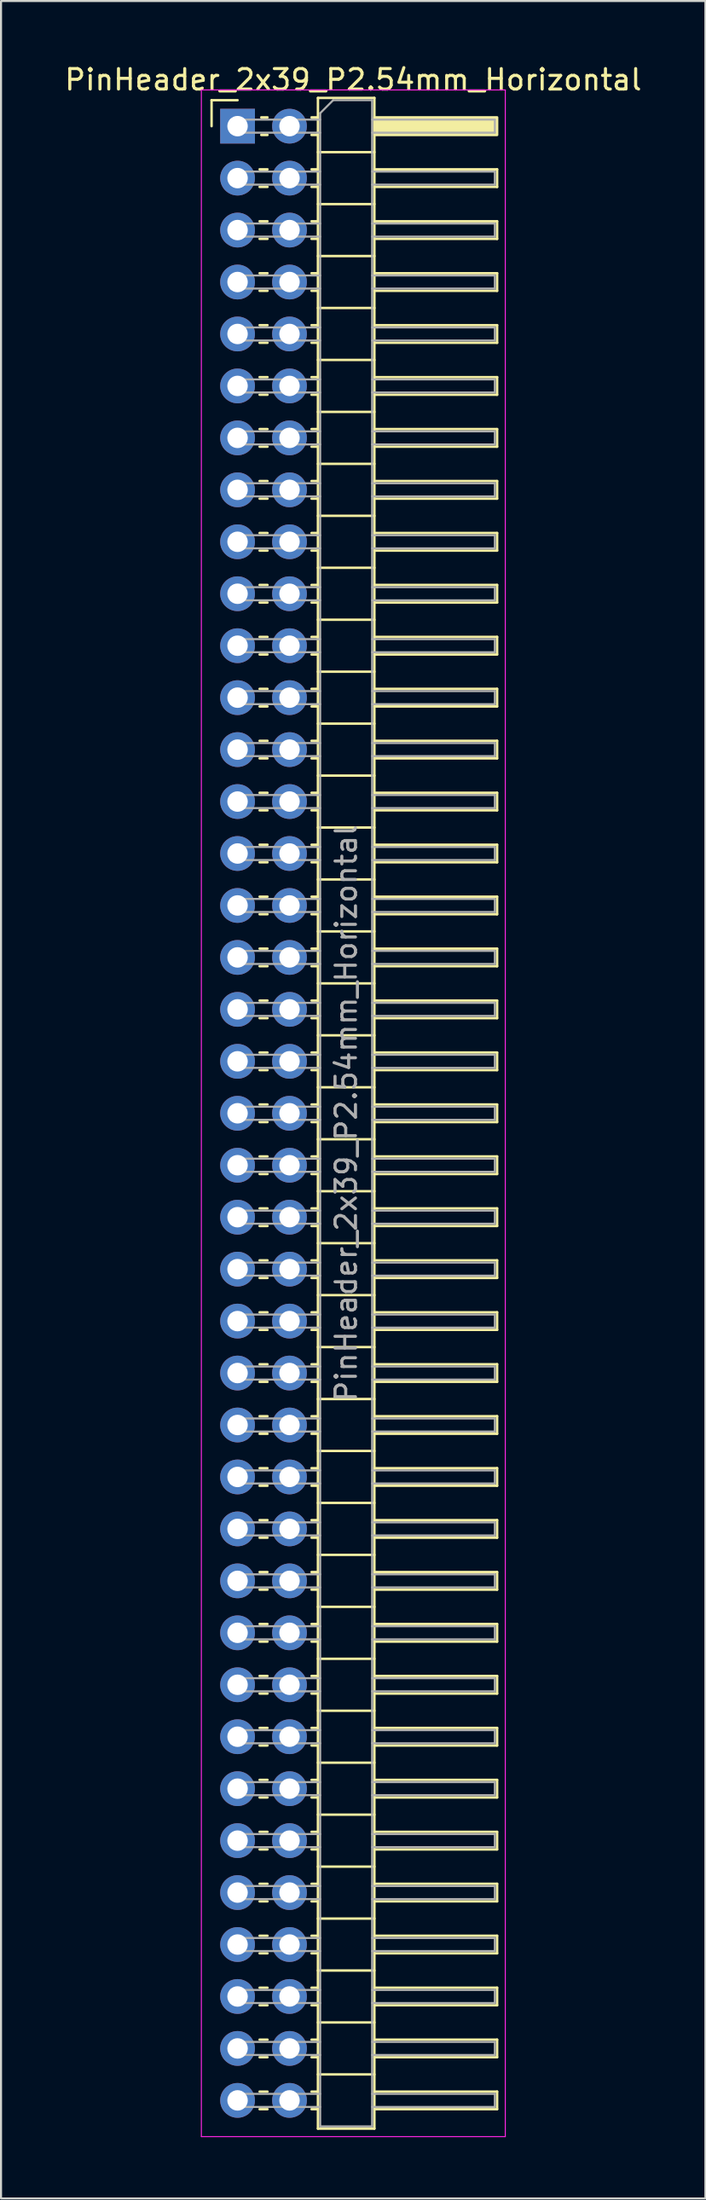
<source format=kicad_pcb>
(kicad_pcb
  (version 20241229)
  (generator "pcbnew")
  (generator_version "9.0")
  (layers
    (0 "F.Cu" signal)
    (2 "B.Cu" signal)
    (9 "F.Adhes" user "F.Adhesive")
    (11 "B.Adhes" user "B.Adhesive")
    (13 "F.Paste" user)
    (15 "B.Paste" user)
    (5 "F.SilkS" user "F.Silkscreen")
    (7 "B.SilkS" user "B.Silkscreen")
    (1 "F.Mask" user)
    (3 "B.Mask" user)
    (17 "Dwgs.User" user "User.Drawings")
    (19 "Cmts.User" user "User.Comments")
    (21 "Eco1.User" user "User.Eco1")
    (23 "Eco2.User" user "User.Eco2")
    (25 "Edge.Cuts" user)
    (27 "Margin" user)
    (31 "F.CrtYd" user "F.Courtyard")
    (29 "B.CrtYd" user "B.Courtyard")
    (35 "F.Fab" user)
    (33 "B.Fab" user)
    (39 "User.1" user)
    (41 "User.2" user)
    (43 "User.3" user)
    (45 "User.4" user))
  (footprint "PinHeader_2x39_P2.54mm_Horizontal"
    (layer "F.Cu")
    (at 8.565 3.118)
    (property "Reference" "PinHeader_2x39_P2.54mm_Horizontal" (at 5.655 -2.27 0) (layer "F.SilkS") (effects (font (size 1 1) (thickness 0.15))))
    (attr through_hole)
    (fp_line (start -1.27 -1.27) (end 0 -1.27) (stroke (width 0.12) (type solid)) (layer "F.SilkS"))
    (fp_line (start -1.27 0) (end -1.27 -1.27) (stroke (width 0.12) (type solid)) (layer "F.SilkS"))
    (fp_line (start 1.077 2.11) (end 1.463 2.11) (stroke (width 0.12) (type solid)) (layer "F.SilkS"))
    (fp_line (start 1.077 2.97) (end 1.463 2.97) (stroke (width 0.12) (type solid)) (layer "F.SilkS"))
    (fp_line (start 1.077 4.65) (end 1.463 4.65) (stroke (width 0.12) (type solid)) (layer "F.SilkS"))
    (fp_line (start 1.077 5.51) (end 1.463 5.51) (stroke (width 0.12) (type solid)) (layer "F.SilkS"))
    (fp_line (start 1.077 7.19) (end 1.463 7.19) (stroke (width 0.12) (type solid)) (layer "F.SilkS"))
    (fp_line (start 1.077 8.05) (end 1.463 8.05) (stroke (width 0.12) (type solid)) (layer "F.SilkS"))
    (fp_line (start 1.077 9.73) (end 1.463 9.73) (stroke (width 0.12) (type solid)) (layer "F.SilkS"))
    (fp_line (start 1.077 10.59) (end 1.463 10.59) (stroke (width 0.12) (type solid)) (layer "F.SilkS"))
    (fp_line (start 1.077 12.27) (end 1.463 12.27) (stroke (width 0.12) (type solid)) (layer "F.SilkS"))
    (fp_line (start 1.077 13.13) (end 1.463 13.13) (stroke (width 0.12) (type solid)) (layer "F.SilkS"))
    (fp_line (start 1.077 14.81) (end 1.463 14.81) (stroke (width 0.12) (type solid)) (layer "F.SilkS"))
    (fp_line (start 1.077 15.67) (end 1.463 15.67) (stroke (width 0.12) (type solid)) (layer "F.SilkS"))
    (fp_line (start 1.077 17.35) (end 1.463 17.35) (stroke (width 0.12) (type solid)) (layer "F.SilkS"))
    (fp_line (start 1.077 18.21) (end 1.463 18.21) (stroke (width 0.12) (type solid)) (layer "F.SilkS"))
    (fp_line (start 1.077 19.89) (end 1.463 19.89) (stroke (width 0.12) (type solid)) (layer "F.SilkS"))
    (fp_line (start 1.077 20.75) (end 1.463 20.75) (stroke (width 0.12) (type solid)) (layer "F.SilkS"))
    (fp_line (start 1.077 22.43) (end 1.463 22.43) (stroke (width 0.12) (type solid)) (layer "F.SilkS"))
    (fp_line (start 1.077 23.29) (end 1.463 23.29) (stroke (width 0.12) (type solid)) (layer "F.SilkS"))
    (fp_line (start 1.077 24.97) (end 1.463 24.97) (stroke (width 0.12) (type solid)) (layer "F.SilkS"))
    (fp_line (start 1.077 25.83) (end 1.463 25.83) (stroke (width 0.12) (type solid)) (layer "F.SilkS"))
    (fp_line (start 1.077 27.51) (end 1.463 27.51) (stroke (width 0.12) (type solid)) (layer "F.SilkS"))
    (fp_line (start 1.077 28.37) (end 1.463 28.37) (stroke (width 0.12) (type solid)) (layer "F.SilkS"))
    (fp_line (start 1.077 30.05) (end 1.463 30.05) (stroke (width 0.12) (type solid)) (layer "F.SilkS"))
    (fp_line (start 1.077 30.91) (end 1.463 30.91) (stroke (width 0.12) (type solid)) (layer "F.SilkS"))
    (fp_line (start 1.077 32.59) (end 1.463 32.59) (stroke (width 0.12) (type solid)) (layer "F.SilkS"))
    (fp_line (start 1.077 33.45) (end 1.463 33.45) (stroke (width 0.12) (type solid)) (layer "F.SilkS"))
    (fp_line (start 1.077 35.13) (end 1.463 35.13) (stroke (width 0.12) (type solid)) (layer "F.SilkS"))
    (fp_line (start 1.077 35.99) (end 1.463 35.99) (stroke (width 0.12) (type solid)) (layer "F.SilkS"))
    (fp_line (start 1.077 37.67) (end 1.463 37.67) (stroke (width 0.12) (type solid)) (layer "F.SilkS"))
    (fp_line (start 1.077 38.53) (end 1.463 38.53) (stroke (width 0.12) (type solid)) (layer "F.SilkS"))
    (fp_line (start 1.077 40.21) (end 1.463 40.21) (stroke (width 0.12) (type solid)) (layer "F.SilkS"))
    (fp_line (start 1.077 41.07) (end 1.463 41.07) (stroke (width 0.12) (type solid)) (layer "F.SilkS"))
    (fp_line (start 1.077 42.75) (end 1.463 42.75) (stroke (width 0.12) (type solid)) (layer "F.SilkS"))
    (fp_line (start 1.077 43.61) (end 1.463 43.61) (stroke (width 0.12) (type solid)) (layer "F.SilkS"))
    (fp_line (start 1.077 45.29) (end 1.463 45.29) (stroke (width 0.12) (type solid)) (layer "F.SilkS"))
    (fp_line (start 1.077 46.15) (end 1.463 46.15) (stroke (width 0.12) (type solid)) (layer "F.SilkS"))
    (fp_line (start 1.077 47.83) (end 1.463 47.83) (stroke (width 0.12) (type solid)) (layer "F.SilkS"))
    (fp_line (start 1.077 48.69) (end 1.463 48.69) (stroke (width 0.12) (type solid)) (layer "F.SilkS"))
    (fp_line (start 1.077 50.37) (end 1.463 50.37) (stroke (width 0.12) (type solid)) (layer "F.SilkS"))
    (fp_line (start 1.077 51.23) (end 1.463 51.23) (stroke (width 0.12) (type solid)) (layer "F.SilkS"))
    (fp_line (start 1.077 52.91) (end 1.463 52.91) (stroke (width 0.12) (type solid)) (layer "F.SilkS"))
    (fp_line (start 1.077 53.77) (end 1.463 53.77) (stroke (width 0.12) (type solid)) (layer "F.SilkS"))
    (fp_line (start 1.077 55.45) (end 1.463 55.45) (stroke (width 0.12) (type solid)) (layer "F.SilkS"))
    (fp_line (start 1.077 56.31) (end 1.463 56.31) (stroke (width 0.12) (type solid)) (layer "F.SilkS"))
    (fp_line (start 1.077 57.99) (end 1.463 57.99) (stroke (width 0.12) (type solid)) (layer "F.SilkS"))
    (fp_line (start 1.077 58.85) (end 1.463 58.85) (stroke (width 0.12) (type solid)) (layer "F.SilkS"))
    (fp_line (start 1.077 60.53) (end 1.463 60.53) (stroke (width 0.12) (type solid)) (layer "F.SilkS"))
    (fp_line (start 1.077 61.39) (end 1.463 61.39) (stroke (width 0.12) (type solid)) (layer "F.SilkS"))
    (fp_line (start 1.077 63.07) (end 1.463 63.07) (stroke (width 0.12) (type solid)) (layer "F.SilkS"))
    (fp_line (start 1.077 63.93) (end 1.463 63.93) (stroke (width 0.12) (type solid)) (layer "F.SilkS"))
    (fp_line (start 1.077 65.61) (end 1.463 65.61) (stroke (width 0.12) (type solid)) (layer "F.SilkS"))
    (fp_line (start 1.077 66.47) (end 1.463 66.47) (stroke (width 0.12) (type solid)) (layer "F.SilkS"))
    (fp_line (start 1.077 68.15) (end 1.463 68.15) (stroke (width 0.12) (type solid)) (layer "F.SilkS"))
    (fp_line (start 1.077 69.01) (end 1.463 69.01) (stroke (width 0.12) (type solid)) (layer "F.SilkS"))
    (fp_line (start 1.077 70.69) (end 1.463 70.69) (stroke (width 0.12) (type solid)) (layer "F.SilkS"))
    (fp_line (start 1.077 71.55) (end 1.463 71.55) (stroke (width 0.12) (type solid)) (layer "F.SilkS"))
    (fp_line (start 1.077 73.23) (end 1.463 73.23) (stroke (width 0.12) (type solid)) (layer "F.SilkS"))
    (fp_line (start 1.077 74.09) (end 1.463 74.09) (stroke (width 0.12) (type solid)) (layer "F.SilkS"))
    (fp_line (start 1.077 75.77) (end 1.463 75.77) (stroke (width 0.12) (type solid)) (layer "F.SilkS"))
    (fp_line (start 1.077 76.63) (end 1.463 76.63) (stroke (width 0.12) (type solid)) (layer "F.SilkS"))
    (fp_line (start 1.077 78.31) (end 1.463 78.31) (stroke (width 0.12) (type solid)) (layer "F.SilkS"))
    (fp_line (start 1.077 79.17) (end 1.463 79.17) (stroke (width 0.12) (type solid)) (layer "F.SilkS"))
    (fp_line (start 1.077 80.85) (end 1.463 80.85) (stroke (width 0.12) (type solid)) (layer "F.SilkS"))
    (fp_line (start 1.077 81.71) (end 1.463 81.71) (stroke (width 0.12) (type solid)) (layer "F.SilkS"))
    (fp_line (start 1.077 83.39) (end 1.463 83.39) (stroke (width 0.12) (type solid)) (layer "F.SilkS"))
    (fp_line (start 1.077 84.25) (end 1.463 84.25) (stroke (width 0.12) (type solid)) (layer "F.SilkS"))
    (fp_line (start 1.077 85.93) (end 1.463 85.93) (stroke (width 0.12) (type solid)) (layer "F.SilkS"))
    (fp_line (start 1.077 86.79) (end 1.463 86.79) (stroke (width 0.12) (type solid)) (layer "F.SilkS"))
    (fp_line (start 1.077 88.47) (end 1.463 88.47) (stroke (width 0.12) (type solid)) (layer "F.SilkS"))
    (fp_line (start 1.077 89.33) (end 1.463 89.33) (stroke (width 0.12) (type solid)) (layer "F.SilkS"))
    (fp_line (start 1.077 91.01) (end 1.463 91.01) (stroke (width 0.12) (type solid)) (layer "F.SilkS"))
    (fp_line (start 1.077 91.87) (end 1.463 91.87) (stroke (width 0.12) (type solid)) (layer "F.SilkS"))
    (fp_line (start 1.077 93.55) (end 1.463 93.55) (stroke (width 0.12) (type solid)) (layer "F.SilkS"))
    (fp_line (start 1.077 94.41) (end 1.463 94.41) (stroke (width 0.12) (type solid)) (layer "F.SilkS"))
    (fp_line (start 1.077 96.09) (end 1.463 96.09) (stroke (width 0.12) (type solid)) (layer "F.SilkS"))
    (fp_line (start 1.077 96.95) (end 1.463 96.95) (stroke (width 0.12) (type solid)) (layer "F.SilkS"))
    (fp_line (start 1.16 -0.43) (end 1.463 -0.43) (stroke (width 0.12) (type solid)) (layer "F.SilkS"))
    (fp_line (start 1.16 0.43) (end 1.463 0.43) (stroke (width 0.12) (type solid)) (layer "F.SilkS"))
    (fp_line (start 3.617 -0.43) (end 3.93 -0.43) (stroke (width 0.12) (type solid)) (layer "F.SilkS"))
    (fp_line (start 3.617 0.43) (end 3.93 0.43) (stroke (width 0.12) (type solid)) (layer "F.SilkS"))
    (fp_line (start 3.617 2.11) (end 3.93 2.11) (stroke (width 0.12) (type solid)) (layer "F.SilkS"))
    (fp_line (start 3.617 2.97) (end 3.93 2.97) (stroke (width 0.12) (type solid)) (layer "F.SilkS"))
    (fp_line (start 3.617 4.65) (end 3.93 4.65) (stroke (width 0.12) (type solid)) (layer "F.SilkS"))
    (fp_line (start 3.617 5.51) (end 3.93 5.51) (stroke (width 0.12) (type solid)) (layer "F.SilkS"))
    (fp_line (start 3.617 7.19) (end 3.93 7.19) (stroke (width 0.12) (type solid)) (layer "F.SilkS"))
    (fp_line (start 3.617 8.05) (end 3.93 8.05) (stroke (width 0.12) (type solid)) (layer "F.SilkS"))
    (fp_line (start 3.617 9.73) (end 3.93 9.73) (stroke (width 0.12) (type solid)) (layer "F.SilkS"))
    (fp_line (start 3.617 10.59) (end 3.93 10.59) (stroke (width 0.12) (type solid)) (layer "F.SilkS"))
    (fp_line (start 3.617 12.27) (end 3.93 12.27) (stroke (width 0.12) (type solid)) (layer "F.SilkS"))
    (fp_line (start 3.617 13.13) (end 3.93 13.13) (stroke (width 0.12) (type solid)) (layer "F.SilkS"))
    (fp_line (start 3.617 14.81) (end 3.93 14.81) (stroke (width 0.12) (type solid)) (layer "F.SilkS"))
    (fp_line (start 3.617 15.67) (end 3.93 15.67) (stroke (width 0.12) (type solid)) (layer "F.SilkS"))
    (fp_line (start 3.617 17.35) (end 3.93 17.35) (stroke (width 0.12) (type solid)) (layer "F.SilkS"))
    (fp_line (start 3.617 18.21) (end 3.93 18.21) (stroke (width 0.12) (type solid)) (layer "F.SilkS"))
    (fp_line (start 3.617 19.89) (end 3.93 19.89) (stroke (width 0.12) (type solid)) (layer "F.SilkS"))
    (fp_line (start 3.617 20.75) (end 3.93 20.75) (stroke (width 0.12) (type solid)) (layer "F.SilkS"))
    (fp_line (start 3.617 22.43) (end 3.93 22.43) (stroke (width 0.12) (type solid)) (layer "F.SilkS"))
    (fp_line (start 3.617 23.29) (end 3.93 23.29) (stroke (width 0.12) (type solid)) (layer "F.SilkS"))
    (fp_line (start 3.617 24.97) (end 3.93 24.97) (stroke (width 0.12) (type solid)) (layer "F.SilkS"))
    (fp_line (start 3.617 25.83) (end 3.93 25.83) (stroke (width 0.12) (type solid)) (layer "F.SilkS"))
    (fp_line (start 3.617 27.51) (end 3.93 27.51) (stroke (width 0.12) (type solid)) (layer "F.SilkS"))
    (fp_line (start 3.617 28.37) (end 3.93 28.37) (stroke (width 0.12) (type solid)) (layer "F.SilkS"))
    (fp_line (start 3.617 30.05) (end 3.93 30.05) (stroke (width 0.12) (type solid)) (layer "F.SilkS"))
    (fp_line (start 3.617 30.91) (end 3.93 30.91) (stroke (width 0.12) (type solid)) (layer "F.SilkS"))
    (fp_line (start 3.617 32.59) (end 3.93 32.59) (stroke (width 0.12) (type solid)) (layer "F.SilkS"))
    (fp_line (start 3.617 33.45) (end 3.93 33.45) (stroke (width 0.12) (type solid)) (layer "F.SilkS"))
    (fp_line (start 3.617 35.13) (end 3.93 35.13) (stroke (width 0.12) (type solid)) (layer "F.SilkS"))
    (fp_line (start 3.617 35.99) (end 3.93 35.99) (stroke (width 0.12) (type solid)) (layer "F.SilkS"))
    (fp_line (start 3.617 37.67) (end 3.93 37.67) (stroke (width 0.12) (type solid)) (layer "F.SilkS"))
    (fp_line (start 3.617 38.53) (end 3.93 38.53) (stroke (width 0.12) (type solid)) (layer "F.SilkS"))
    (fp_line (start 3.617 40.21) (end 3.93 40.21) (stroke (width 0.12) (type solid)) (layer "F.SilkS"))
    (fp_line (start 3.617 41.07) (end 3.93 41.07) (stroke (width 0.12) (type solid)) (layer "F.SilkS"))
    (fp_line (start 3.617 42.75) (end 3.93 42.75) (stroke (width 0.12) (type solid)) (layer "F.SilkS"))
    (fp_line (start 3.617 43.61) (end 3.93 43.61) (stroke (width 0.12) (type solid)) (layer "F.SilkS"))
    (fp_line (start 3.617 45.29) (end 3.93 45.29) (stroke (width 0.12) (type solid)) (layer "F.SilkS"))
    (fp_line (start 3.617 46.15) (end 3.93 46.15) (stroke (width 0.12) (type solid)) (layer "F.SilkS"))
    (fp_line (start 3.617 47.83) (end 3.93 47.83) (stroke (width 0.12) (type solid)) (layer "F.SilkS"))
    (fp_line (start 3.617 48.69) (end 3.93 48.69) (stroke (width 0.12) (type solid)) (layer "F.SilkS"))
    (fp_line (start 3.617 50.37) (end 3.93 50.37) (stroke (width 0.12) (type solid)) (layer "F.SilkS"))
    (fp_line (start 3.617 51.23) (end 3.93 51.23) (stroke (width 0.12) (type solid)) (layer "F.SilkS"))
    (fp_line (start 3.617 52.91) (end 3.93 52.91) (stroke (width 0.12) (type solid)) (layer "F.SilkS"))
    (fp_line (start 3.617 53.77) (end 3.93 53.77) (stroke (width 0.12) (type solid)) (layer "F.SilkS"))
    (fp_line (start 3.617 55.45) (end 3.93 55.45) (stroke (width 0.12) (type solid)) (layer "F.SilkS"))
    (fp_line (start 3.617 56.31) (end 3.93 56.31) (stroke (width 0.12) (type solid)) (layer "F.SilkS"))
    (fp_line (start 3.617 57.99) (end 3.93 57.99) (stroke (width 0.12) (type solid)) (layer "F.SilkS"))
    (fp_line (start 3.617 58.85) (end 3.93 58.85) (stroke (width 0.12) (type solid)) (layer "F.SilkS"))
    (fp_line (start 3.617 60.53) (end 3.93 60.53) (stroke (width 0.12) (type solid)) (layer "F.SilkS"))
    (fp_line (start 3.617 61.39) (end 3.93 61.39) (stroke (width 0.12) (type solid)) (layer "F.SilkS"))
    (fp_line (start 3.617 63.07) (end 3.93 63.07) (stroke (width 0.12) (type solid)) (layer "F.SilkS"))
    (fp_line (start 3.617 63.93) (end 3.93 63.93) (stroke (width 0.12) (type solid)) (layer "F.SilkS"))
    (fp_line (start 3.617 65.61) (end 3.93 65.61) (stroke (width 0.12) (type solid)) (layer "F.SilkS"))
    (fp_line (start 3.617 66.47) (end 3.93 66.47) (stroke (width 0.12) (type solid)) (layer "F.SilkS"))
    (fp_line (start 3.617 68.15) (end 3.93 68.15) (stroke (width 0.12) (type solid)) (layer "F.SilkS"))
    (fp_line (start 3.617 69.01) (end 3.93 69.01) (stroke (width 0.12) (type solid)) (layer "F.SilkS"))
    (fp_line (start 3.617 70.69) (end 3.93 70.69) (stroke (width 0.12) (type solid)) (layer "F.SilkS"))
    (fp_line (start 3.617 71.55) (end 3.93 71.55) (stroke (width 0.12) (type solid)) (layer "F.SilkS"))
    (fp_line (start 3.617 73.23) (end 3.93 73.23) (stroke (width 0.12) (type solid)) (layer "F.SilkS"))
    (fp_line (start 3.617 74.09) (end 3.93 74.09) (stroke (width 0.12) (type solid)) (layer "F.SilkS"))
    (fp_line (start 3.617 75.77) (end 3.93 75.77) (stroke (width 0.12) (type solid)) (layer "F.SilkS"))
    (fp_line (start 3.617 76.63) (end 3.93 76.63) (stroke (width 0.12) (type solid)) (layer "F.SilkS"))
    (fp_line (start 3.617 78.31) (end 3.93 78.31) (stroke (width 0.12) (type solid)) (layer "F.SilkS"))
    (fp_line (start 3.617 79.17) (end 3.93 79.17) (stroke (width 0.12) (type solid)) (layer "F.SilkS"))
    (fp_line (start 3.617 80.85) (end 3.93 80.85) (stroke (width 0.12) (type solid)) (layer "F.SilkS"))
    (fp_line (start 3.617 81.71) (end 3.93 81.71) (stroke (width 0.12) (type solid)) (layer "F.SilkS"))
    (fp_line (start 3.617 83.39) (end 3.93 83.39) (stroke (width 0.12) (type solid)) (layer "F.SilkS"))
    (fp_line (start 3.617 84.25) (end 3.93 84.25) (stroke (width 0.12) (type solid)) (layer "F.SilkS"))
    (fp_line (start 3.617 85.93) (end 3.93 85.93) (stroke (width 0.12) (type solid)) (layer "F.SilkS"))
    (fp_line (start 3.617 86.79) (end 3.93 86.79) (stroke (width 0.12) (type solid)) (layer "F.SilkS"))
    (fp_line (start 3.617 88.47) (end 3.93 88.47) (stroke (width 0.12) (type solid)) (layer "F.SilkS"))
    (fp_line (start 3.617 89.33) (end 3.93 89.33) (stroke (width 0.12) (type solid)) (layer "F.SilkS"))
    (fp_line (start 3.617 91.01) (end 3.93 91.01) (stroke (width 0.12) (type solid)) (layer "F.SilkS"))
    (fp_line (start 3.617 91.87) (end 3.93 91.87) (stroke (width 0.12) (type solid)) (layer "F.SilkS"))
    (fp_line (start 3.617 93.55) (end 3.93 93.55) (stroke (width 0.12) (type solid)) (layer "F.SilkS"))
    (fp_line (start 3.617 94.41) (end 3.93 94.41) (stroke (width 0.12) (type solid)) (layer "F.SilkS"))
    (fp_line (start 3.617 96.09) (end 3.93 96.09) (stroke (width 0.12) (type solid)) (layer "F.SilkS"))
    (fp_line (start 3.617 96.95) (end 3.93 96.95) (stroke (width 0.12) (type solid)) (layer "F.SilkS"))
    (fp_line (start 3.93 -1.38) (end 3.93 97.9) (stroke (width 0.12) (type solid)) (layer "F.SilkS"))
    (fp_line (start 3.93 1.27) (end 6.69 1.27) (stroke (width 0.12) (type solid)) (layer "F.SilkS"))
    (fp_line (start 3.93 3.81) (end 6.69 3.81) (stroke (width 0.12) (type solid)) (layer "F.SilkS"))
    (fp_line (start 3.93 6.35) (end 6.69 6.35) (stroke (width 0.12) (type solid)) (layer "F.SilkS"))
    (fp_line (start 3.93 8.89) (end 6.69 8.89) (stroke (width 0.12) (type solid)) (layer "F.SilkS"))
    (fp_line (start 3.93 11.43) (end 6.69 11.43) (stroke (width 0.12) (type solid)) (layer "F.SilkS"))
    (fp_line (start 3.93 13.97) (end 6.69 13.97) (stroke (width 0.12) (type solid)) (layer "F.SilkS"))
    (fp_line (start 3.93 16.51) (end 6.69 16.51) (stroke (width 0.12) (type solid)) (layer "F.SilkS"))
    (fp_line (start 3.93 19.05) (end 6.69 19.05) (stroke (width 0.12) (type solid)) (layer "F.SilkS"))
    (fp_line (start 3.93 21.59) (end 6.69 21.59) (stroke (width 0.12) (type solid)) (layer "F.SilkS"))
    (fp_line (start 3.93 24.13) (end 6.69 24.13) (stroke (width 0.12) (type solid)) (layer "F.SilkS"))
    (fp_line (start 3.93 26.67) (end 6.69 26.67) (stroke (width 0.12) (type solid)) (layer "F.SilkS"))
    (fp_line (start 3.93 29.21) (end 6.69 29.21) (stroke (width 0.12) (type solid)) (layer "F.SilkS"))
    (fp_line (start 3.93 31.75) (end 6.69 31.75) (stroke (width 0.12) (type solid)) (layer "F.SilkS"))
    (fp_line (start 3.93 34.29) (end 6.69 34.29) (stroke (width 0.12) (type solid)) (layer "F.SilkS"))
    (fp_line (start 3.93 36.83) (end 6.69 36.83) (stroke (width 0.12) (type solid)) (layer "F.SilkS"))
    (fp_line (start 3.93 39.37) (end 6.69 39.37) (stroke (width 0.12) (type solid)) (layer "F.SilkS"))
    (fp_line (start 3.93 41.91) (end 6.69 41.91) (stroke (width 0.12) (type solid)) (layer "F.SilkS"))
    (fp_line (start 3.93 44.45) (end 6.69 44.45) (stroke (width 0.12) (type solid)) (layer "F.SilkS"))
    (fp_line (start 3.93 46.99) (end 6.69 46.99) (stroke (width 0.12) (type solid)) (layer "F.SilkS"))
    (fp_line (start 3.93 49.53) (end 6.69 49.53) (stroke (width 0.12) (type solid)) (layer "F.SilkS"))
    (fp_line (start 3.93 52.07) (end 6.69 52.07) (stroke (width 0.12) (type solid)) (layer "F.SilkS"))
    (fp_line (start 3.93 54.61) (end 6.69 54.61) (stroke (width 0.12) (type solid)) (layer "F.SilkS"))
    (fp_line (start 3.93 57.15) (end 6.69 57.15) (stroke (width 0.12) (type solid)) (layer "F.SilkS"))
    (fp_line (start 3.93 59.69) (end 6.69 59.69) (stroke (width 0.12) (type solid)) (layer "F.SilkS"))
    (fp_line (start 3.93 62.23) (end 6.69 62.23) (stroke (width 0.12) (type solid)) (layer "F.SilkS"))
    (fp_line (start 3.93 64.77) (end 6.69 64.77) (stroke (width 0.12) (type solid)) (layer "F.SilkS"))
    (fp_line (start 3.93 67.31) (end 6.69 67.31) (stroke (width 0.12) (type solid)) (layer "F.SilkS"))
    (fp_line (start 3.93 69.85) (end 6.69 69.85) (stroke (width 0.12) (type solid)) (layer "F.SilkS"))
    (fp_line (start 3.93 72.39) (end 6.69 72.39) (stroke (width 0.12) (type solid)) (layer "F.SilkS"))
    (fp_line (start 3.93 74.93) (end 6.69 74.93) (stroke (width 0.12) (type solid)) (layer "F.SilkS"))
    (fp_line (start 3.93 77.47) (end 6.69 77.47) (stroke (width 0.12) (type solid)) (layer "F.SilkS"))
    (fp_line (start 3.93 80.01) (end 6.69 80.01) (stroke (width 0.12) (type solid)) (layer "F.SilkS"))
    (fp_line (start 3.93 82.55) (end 6.69 82.55) (stroke (width 0.12) (type solid)) (layer "F.SilkS"))
    (fp_line (start 3.93 85.09) (end 6.69 85.09) (stroke (width 0.12) (type solid)) (layer "F.SilkS"))
    (fp_line (start 3.93 87.63) (end 6.69 87.63) (stroke (width 0.12) (type solid)) (layer "F.SilkS"))
    (fp_line (start 3.93 90.17) (end 6.69 90.17) (stroke (width 0.12) (type solid)) (layer "F.SilkS"))
    (fp_line (start 3.93 92.71) (end 6.69 92.71) (stroke (width 0.12) (type solid)) (layer "F.SilkS"))
    (fp_line (start 3.93 95.25) (end 6.69 95.25) (stroke (width 0.12) (type solid)) (layer "F.SilkS"))
    (fp_line (start 3.93 97.9) (end 6.69 97.9) (stroke (width 0.12) (type solid)) (layer "F.SilkS"))
    (fp_line (start 6.69 -1.38) (end 3.93 -1.38) (stroke (width 0.12) (type solid)) (layer "F.SilkS"))
    (fp_line (start 6.69 2.11) (end 12.69 2.11) (stroke (width 0.12) (type solid)) (layer "F.SilkS"))
    (fp_line (start 6.69 4.65) (end 12.69 4.65) (stroke (width 0.12) (type solid)) (layer "F.SilkS"))
    (fp_line (start 6.69 7.19) (end 12.69 7.19) (stroke (width 0.12) (type solid)) (layer "F.SilkS"))
    (fp_line (start 6.69 9.73) (end 12.69 9.73) (stroke (width 0.12) (type solid)) (layer "F.SilkS"))
    (fp_line (start 6.69 12.27) (end 12.69 12.27) (stroke (width 0.12) (type solid)) (layer "F.SilkS"))
    (fp_line (start 6.69 14.81) (end 12.69 14.81) (stroke (width 0.12) (type solid)) (layer "F.SilkS"))
    (fp_line (start 6.69 17.35) (end 12.69 17.35) (stroke (width 0.12) (type solid)) (layer "F.SilkS"))
    (fp_line (start 6.69 19.89) (end 12.69 19.89) (stroke (width 0.12) (type solid)) (layer "F.SilkS"))
    (fp_line (start 6.69 22.43) (end 12.69 22.43) (stroke (width 0.12) (type solid)) (layer "F.SilkS"))
    (fp_line (start 6.69 24.97) (end 12.69 24.97) (stroke (width 0.12) (type solid)) (layer "F.SilkS"))
    (fp_line (start 6.69 27.51) (end 12.69 27.51) (stroke (width 0.12) (type solid)) (layer "F.SilkS"))
    (fp_line (start 6.69 30.05) (end 12.69 30.05) (stroke (width 0.12) (type solid)) (layer "F.SilkS"))
    (fp_line (start 6.69 32.59) (end 12.69 32.59) (stroke (width 0.12) (type solid)) (layer "F.SilkS"))
    (fp_line (start 6.69 35.13) (end 12.69 35.13) (stroke (width 0.12) (type solid)) (layer "F.SilkS"))
    (fp_line (start 6.69 37.67) (end 12.69 37.67) (stroke (width 0.12) (type solid)) (layer "F.SilkS"))
    (fp_line (start 6.69 40.21) (end 12.69 40.21) (stroke (width 0.12) (type solid)) (layer "F.SilkS"))
    (fp_line (start 6.69 42.75) (end 12.69 42.75) (stroke (width 0.12) (type solid)) (layer "F.SilkS"))
    (fp_line (start 6.69 45.29) (end 12.69 45.29) (stroke (width 0.12) (type solid)) (layer "F.SilkS"))
    (fp_line (start 6.69 47.83) (end 12.69 47.83) (stroke (width 0.12) (type solid)) (layer "F.SilkS"))
    (fp_line (start 6.69 50.37) (end 12.69 50.37) (stroke (width 0.12) (type solid)) (layer "F.SilkS"))
    (fp_line (start 6.69 52.91) (end 12.69 52.91) (stroke (width 0.12) (type solid)) (layer "F.SilkS"))
    (fp_line (start 6.69 55.45) (end 12.69 55.45) (stroke (width 0.12) (type solid)) (layer "F.SilkS"))
    (fp_line (start 6.69 57.99) (end 12.69 57.99) (stroke (width 0.12) (type solid)) (layer "F.SilkS"))
    (fp_line (start 6.69 60.53) (end 12.69 60.53) (stroke (width 0.12) (type solid)) (layer "F.SilkS"))
    (fp_line (start 6.69 63.07) (end 12.69 63.07) (stroke (width 0.12) (type solid)) (layer "F.SilkS"))
    (fp_line (start 6.69 65.61) (end 12.69 65.61) (stroke (width 0.12) (type solid)) (layer "F.SilkS"))
    (fp_line (start 6.69 68.15) (end 12.69 68.15) (stroke (width 0.12) (type solid)) (layer "F.SilkS"))
    (fp_line (start 6.69 70.69) (end 12.69 70.69) (stroke (width 0.12) (type solid)) (layer "F.SilkS"))
    (fp_line (start 6.69 73.23) (end 12.69 73.23) (stroke (width 0.12) (type solid)) (layer "F.SilkS"))
    (fp_line (start 6.69 75.77) (end 12.69 75.77) (stroke (width 0.12) (type solid)) (layer "F.SilkS"))
    (fp_line (start 6.69 78.31) (end 12.69 78.31) (stroke (width 0.12) (type solid)) (layer "F.SilkS"))
    (fp_line (start 6.69 80.85) (end 12.69 80.85) (stroke (width 0.12) (type solid)) (layer "F.SilkS"))
    (fp_line (start 6.69 83.39) (end 12.69 83.39) (stroke (width 0.12) (type solid)) (layer "F.SilkS"))
    (fp_line (start 6.69 85.93) (end 12.69 85.93) (stroke (width 0.12) (type solid)) (layer "F.SilkS"))
    (fp_line (start 6.69 88.47) (end 12.69 88.47) (stroke (width 0.12) (type solid)) (layer "F.SilkS"))
    (fp_line (start 6.69 91.01) (end 12.69 91.01) (stroke (width 0.12) (type solid)) (layer "F.SilkS"))
    (fp_line (start 6.69 93.55) (end 12.69 93.55) (stroke (width 0.12) (type solid)) (layer "F.SilkS"))
    (fp_line (start 6.69 96.09) (end 12.69 96.09) (stroke (width 0.12) (type solid)) (layer "F.SilkS"))
    (fp_line (start 6.69 97.9) (end 6.69 -1.38) (stroke (width 0.12) (type solid)) (layer "F.SilkS"))
    (fp_line (start 12.69 2.11) (end 12.69 2.97) (stroke (width 0.12) (type solid)) (layer "F.SilkS"))
    (fp_line (start 12.69 2.97) (end 6.69 2.97) (stroke (width 0.12) (type solid)) (layer "F.SilkS"))
    (fp_line (start 12.69 4.65) (end 12.69 5.51) (stroke (width 0.12) (type solid)) (layer "F.SilkS"))
    (fp_line (start 12.69 5.51) (end 6.69 5.51) (stroke (width 0.12) (type solid)) (layer "F.SilkS"))
    (fp_line (start 12.69 7.19) (end 12.69 8.05) (stroke (width 0.12) (type solid)) (layer "F.SilkS"))
    (fp_line (start 12.69 8.05) (end 6.69 8.05) (stroke (width 0.12) (type solid)) (layer "F.SilkS"))
    (fp_line (start 12.69 9.73) (end 12.69 10.59) (stroke (width 0.12) (type solid)) (layer "F.SilkS"))
    (fp_line (start 12.69 10.59) (end 6.69 10.59) (stroke (width 0.12) (type solid)) (layer "F.SilkS"))
    (fp_line (start 12.69 12.27) (end 12.69 13.13) (stroke (width 0.12) (type solid)) (layer "F.SilkS"))
    (fp_line (start 12.69 13.13) (end 6.69 13.13) (stroke (width 0.12) (type solid)) (layer "F.SilkS"))
    (fp_line (start 12.69 14.81) (end 12.69 15.67) (stroke (width 0.12) (type solid)) (layer "F.SilkS"))
    (fp_line (start 12.69 15.67) (end 6.69 15.67) (stroke (width 0.12) (type solid)) (layer "F.SilkS"))
    (fp_line (start 12.69 17.35) (end 12.69 18.21) (stroke (width 0.12) (type solid)) (layer "F.SilkS"))
    (fp_line (start 12.69 18.21) (end 6.69 18.21) (stroke (width 0.12) (type solid)) (layer "F.SilkS"))
    (fp_line (start 12.69 19.89) (end 12.69 20.75) (stroke (width 0.12) (type solid)) (layer "F.SilkS"))
    (fp_line (start 12.69 20.75) (end 6.69 20.75) (stroke (width 0.12) (type solid)) (layer "F.SilkS"))
    (fp_line (start 12.69 22.43) (end 12.69 23.29) (stroke (width 0.12) (type solid)) (layer "F.SilkS"))
    (fp_line (start 12.69 23.29) (end 6.69 23.29) (stroke (width 0.12) (type solid)) (layer "F.SilkS"))
    (fp_line (start 12.69 24.97) (end 12.69 25.83) (stroke (width 0.12) (type solid)) (layer "F.SilkS"))
    (fp_line (start 12.69 25.83) (end 6.69 25.83) (stroke (width 0.12) (type solid)) (layer "F.SilkS"))
    (fp_line (start 12.69 27.51) (end 12.69 28.37) (stroke (width 0.12) (type solid)) (layer "F.SilkS"))
    (fp_line (start 12.69 28.37) (end 6.69 28.37) (stroke (width 0.12) (type solid)) (layer "F.SilkS"))
    (fp_line (start 12.69 30.05) (end 12.69 30.91) (stroke (width 0.12) (type solid)) (layer "F.SilkS"))
    (fp_line (start 12.69 30.91) (end 6.69 30.91) (stroke (width 0.12) (type solid)) (layer "F.SilkS"))
    (fp_line (start 12.69 32.59) (end 12.69 33.45) (stroke (width 0.12) (type solid)) (layer "F.SilkS"))
    (fp_line (start 12.69 33.45) (end 6.69 33.45) (stroke (width 0.12) (type solid)) (layer "F.SilkS"))
    (fp_line (start 12.69 35.13) (end 12.69 35.99) (stroke (width 0.12) (type solid)) (layer "F.SilkS"))
    (fp_line (start 12.69 35.99) (end 6.69 35.99) (stroke (width 0.12) (type solid)) (layer "F.SilkS"))
    (fp_line (start 12.69 37.67) (end 12.69 38.53) (stroke (width 0.12) (type solid)) (layer "F.SilkS"))
    (fp_line (start 12.69 38.53) (end 6.69 38.53) (stroke (width 0.12) (type solid)) (layer "F.SilkS"))
    (fp_line (start 12.69 40.21) (end 12.69 41.07) (stroke (width 0.12) (type solid)) (layer "F.SilkS"))
    (fp_line (start 12.69 41.07) (end 6.69 41.07) (stroke (width 0.12) (type solid)) (layer "F.SilkS"))
    (fp_line (start 12.69 42.75) (end 12.69 43.61) (stroke (width 0.12) (type solid)) (layer "F.SilkS"))
    (fp_line (start 12.69 43.61) (end 6.69 43.61) (stroke (width 0.12) (type solid)) (layer "F.SilkS"))
    (fp_line (start 12.69 45.29) (end 12.69 46.15) (stroke (width 0.12) (type solid)) (layer "F.SilkS"))
    (fp_line (start 12.69 46.15) (end 6.69 46.15) (stroke (width 0.12) (type solid)) (layer "F.SilkS"))
    (fp_line (start 12.69 47.83) (end 12.69 48.69) (stroke (width 0.12) (type solid)) (layer "F.SilkS"))
    (fp_line (start 12.69 48.69) (end 6.69 48.69) (stroke (width 0.12) (type solid)) (layer "F.SilkS"))
    (fp_line (start 12.69 50.37) (end 12.69 51.23) (stroke (width 0.12) (type solid)) (layer "F.SilkS"))
    (fp_line (start 12.69 51.23) (end 6.69 51.23) (stroke (width 0.12) (type solid)) (layer "F.SilkS"))
    (fp_line (start 12.69 52.91) (end 12.69 53.77) (stroke (width 0.12) (type solid)) (layer "F.SilkS"))
    (fp_line (start 12.69 53.77) (end 6.69 53.77) (stroke (width 0.12) (type solid)) (layer "F.SilkS"))
    (fp_line (start 12.69 55.45) (end 12.69 56.31) (stroke (width 0.12) (type solid)) (layer "F.SilkS"))
    (fp_line (start 12.69 56.31) (end 6.69 56.31) (stroke (width 0.12) (type solid)) (layer "F.SilkS"))
    (fp_line (start 12.69 57.99) (end 12.69 58.85) (stroke (width 0.12) (type solid)) (layer "F.SilkS"))
    (fp_line (start 12.69 58.85) (end 6.69 58.85) (stroke (width 0.12) (type solid)) (layer "F.SilkS"))
    (fp_line (start 12.69 60.53) (end 12.69 61.39) (stroke (width 0.12) (type solid)) (layer "F.SilkS"))
    (fp_line (start 12.69 61.39) (end 6.69 61.39) (stroke (width 0.12) (type solid)) (layer "F.SilkS"))
    (fp_line (start 12.69 63.07) (end 12.69 63.93) (stroke (width 0.12) (type solid)) (layer "F.SilkS"))
    (fp_line (start 12.69 63.93) (end 6.69 63.93) (stroke (width 0.12) (type solid)) (layer "F.SilkS"))
    (fp_line (start 12.69 65.61) (end 12.69 66.47) (stroke (width 0.12) (type solid)) (layer "F.SilkS"))
    (fp_line (start 12.69 66.47) (end 6.69 66.47) (stroke (width 0.12) (type solid)) (layer "F.SilkS"))
    (fp_line (start 12.69 68.15) (end 12.69 69.01) (stroke (width 0.12) (type solid)) (layer "F.SilkS"))
    (fp_line (start 12.69 69.01) (end 6.69 69.01) (stroke (width 0.12) (type solid)) (layer "F.SilkS"))
    (fp_line (start 12.69 70.69) (end 12.69 71.55) (stroke (width 0.12) (type solid)) (layer "F.SilkS"))
    (fp_line (start 12.69 71.55) (end 6.69 71.55) (stroke (width 0.12) (type solid)) (layer "F.SilkS"))
    (fp_line (start 12.69 73.23) (end 12.69 74.09) (stroke (width 0.12) (type solid)) (layer "F.SilkS"))
    (fp_line (start 12.69 74.09) (end 6.69 74.09) (stroke (width 0.12) (type solid)) (layer "F.SilkS"))
    (fp_line (start 12.69 75.77) (end 12.69 76.63) (stroke (width 0.12) (type solid)) (layer "F.SilkS"))
    (fp_line (start 12.69 76.63) (end 6.69 76.63) (stroke (width 0.12) (type solid)) (layer "F.SilkS"))
    (fp_line (start 12.69 78.31) (end 12.69 79.17) (stroke (width 0.12) (type solid)) (layer "F.SilkS"))
    (fp_line (start 12.69 79.17) (end 6.69 79.17) (stroke (width 0.12) (type solid)) (layer "F.SilkS"))
    (fp_line (start 12.69 80.85) (end 12.69 81.71) (stroke (width 0.12) (type solid)) (layer "F.SilkS"))
    (fp_line (start 12.69 81.71) (end 6.69 81.71) (stroke (width 0.12) (type solid)) (layer "F.SilkS"))
    (fp_line (start 12.69 83.39) (end 12.69 84.25) (stroke (width 0.12) (type solid)) (layer "F.SilkS"))
    (fp_line (start 12.69 84.25) (end 6.69 84.25) (stroke (width 0.12) (type solid)) (layer "F.SilkS"))
    (fp_line (start 12.69 85.93) (end 12.69 86.79) (stroke (width 0.12) (type solid)) (layer "F.SilkS"))
    (fp_line (start 12.69 86.79) (end 6.69 86.79) (stroke (width 0.12) (type solid)) (layer "F.SilkS"))
    (fp_line (start 12.69 88.47) (end 12.69 89.33) (stroke (width 0.12) (type solid)) (layer "F.SilkS"))
    (fp_line (start 12.69 89.33) (end 6.69 89.33) (stroke (width 0.12) (type solid)) (layer "F.SilkS"))
    (fp_line (start 12.69 91.01) (end 12.69 91.87) (stroke (width 0.12) (type solid)) (layer "F.SilkS"))
    (fp_line (start 12.69 91.87) (end 6.69 91.87) (stroke (width 0.12) (type solid)) (layer "F.SilkS"))
    (fp_line (start 12.69 93.55) (end 12.69 94.41) (stroke (width 0.12) (type solid)) (layer "F.SilkS"))
    (fp_line (start 12.69 94.41) (end 6.69 94.41) (stroke (width 0.12) (type solid)) (layer "F.SilkS"))
    (fp_line (start 12.69 96.09) (end 12.69 96.95) (stroke (width 0.12) (type solid)) (layer "F.SilkS"))
    (fp_line (start 12.69 96.95) (end 6.69 96.95) (stroke (width 0.12) (type solid)) (layer "F.SilkS"))
    (fp_rect (start 6.69 -0.43) (end 12.69 0.43) (stroke (width 0.12) (type solid)) (fill yes) (layer "F.SilkS"))
    (fp_line (start -1.77 -1.77) (end -1.77 98.29) (stroke (width 0.05) (type solid)) (layer "F.CrtYd"))
    (fp_line (start -1.77 98.29) (end 13.09 98.29) (stroke (width 0.05) (type solid)) (layer "F.CrtYd"))
    (fp_line (start 13.09 -1.77) (end -1.77 -1.77) (stroke (width 0.05) (type solid)) (layer "F.CrtYd"))
    (fp_line (start 13.09 98.29) (end 13.09 -1.77) (stroke (width 0.05) (type solid)) (layer "F.CrtYd"))
    (fp_line (start -0.32 -0.32) (end -0.32 0.32) (stroke (width 0.1) (type solid)) (layer "F.Fab"))
    (fp_line (start -0.32 -0.32) (end 4.04 -0.32) (stroke (width 0.1) (type solid)) (layer "F.Fab"))
    (fp_line (start -0.32 0.32) (end 4.04 0.32) (stroke (width 0.1) (type solid)) (layer "F.Fab"))
    (fp_line (start -0.32 2.22) (end -0.32 2.86) (stroke (width 0.1) (type solid)) (layer "F.Fab"))
    (fp_line (start -0.32 2.22) (end 4.04 2.22) (stroke (width 0.1) (type solid)) (layer "F.Fab"))
    (fp_line (start -0.32 2.86) (end 4.04 2.86) (stroke (width 0.1) (type solid)) (layer "F.Fab"))
    (fp_line (start -0.32 4.76) (end -0.32 5.4) (stroke (width 0.1) (type solid)) (layer "F.Fab"))
    (fp_line (start -0.32 4.76) (end 4.04 4.76) (stroke (width 0.1) (type solid)) (layer "F.Fab"))
    (fp_line (start -0.32 5.4) (end 4.04 5.4) (stroke (width 0.1) (type solid)) (layer "F.Fab"))
    (fp_line (start -0.32 7.3) (end -0.32 7.94) (stroke (width 0.1) (type solid)) (layer "F.Fab"))
    (fp_line (start -0.32 7.3) (end 4.04 7.3) (stroke (width 0.1) (type solid)) (layer "F.Fab"))
    (fp_line (start -0.32 7.94) (end 4.04 7.94) (stroke (width 0.1) (type solid)) (layer "F.Fab"))
    (fp_line (start -0.32 9.84) (end -0.32 10.48) (stroke (width 0.1) (type solid)) (layer "F.Fab"))
    (fp_line (start -0.32 9.84) (end 4.04 9.84) (stroke (width 0.1) (type solid)) (layer "F.Fab"))
    (fp_line (start -0.32 10.48) (end 4.04 10.48) (stroke (width 0.1) (type solid)) (layer "F.Fab"))
    (fp_line (start -0.32 12.38) (end -0.32 13.02) (stroke (width 0.1) (type solid)) (layer "F.Fab"))
    (fp_line (start -0.32 12.38) (end 4.04 12.38) (stroke (width 0.1) (type solid)) (layer "F.Fab"))
    (fp_line (start -0.32 13.02) (end 4.04 13.02) (stroke (width 0.1) (type solid)) (layer "F.Fab"))
    (fp_line (start -0.32 14.92) (end -0.32 15.56) (stroke (width 0.1) (type solid)) (layer "F.Fab"))
    (fp_line (start -0.32 14.92) (end 4.04 14.92) (stroke (width 0.1) (type solid)) (layer "F.Fab"))
    (fp_line (start -0.32 15.56) (end 4.04 15.56) (stroke (width 0.1) (type solid)) (layer "F.Fab"))
    (fp_line (start -0.32 17.46) (end -0.32 18.1) (stroke (width 0.1) (type solid)) (layer "F.Fab"))
    (fp_line (start -0.32 17.46) (end 4.04 17.46) (stroke (width 0.1) (type solid)) (layer "F.Fab"))
    (fp_line (start -0.32 18.1) (end 4.04 18.1) (stroke (width 0.1) (type solid)) (layer "F.Fab"))
    (fp_line (start -0.32 20) (end -0.32 20.64) (stroke (width 0.1) (type solid)) (layer "F.Fab"))
    (fp_line (start -0.32 20) (end 4.04 20) (stroke (width 0.1) (type solid)) (layer "F.Fab"))
    (fp_line (start -0.32 20.64) (end 4.04 20.64) (stroke (width 0.1) (type solid)) (layer "F.Fab"))
    (fp_line (start -0.32 22.54) (end -0.32 23.18) (stroke (width 0.1) (type solid)) (layer "F.Fab"))
    (fp_line (start -0.32 22.54) (end 4.04 22.54) (stroke (width 0.1) (type solid)) (layer "F.Fab"))
    (fp_line (start -0.32 23.18) (end 4.04 23.18) (stroke (width 0.1) (type solid)) (layer "F.Fab"))
    (fp_line (start -0.32 25.08) (end -0.32 25.72) (stroke (width 0.1) (type solid)) (layer "F.Fab"))
    (fp_line (start -0.32 25.08) (end 4.04 25.08) (stroke (width 0.1) (type solid)) (layer "F.Fab"))
    (fp_line (start -0.32 25.72) (end 4.04 25.72) (stroke (width 0.1) (type solid)) (layer "F.Fab"))
    (fp_line (start -0.32 27.62) (end -0.32 28.26) (stroke (width 0.1) (type solid)) (layer "F.Fab"))
    (fp_line (start -0.32 27.62) (end 4.04 27.62) (stroke (width 0.1) (type solid)) (layer "F.Fab"))
    (fp_line (start -0.32 28.26) (end 4.04 28.26) (stroke (width 0.1) (type solid)) (layer "F.Fab"))
    (fp_line (start -0.32 30.16) (end -0.32 30.8) (stroke (width 0.1) (type solid)) (layer "F.Fab"))
    (fp_line (start -0.32 30.16) (end 4.04 30.16) (stroke (width 0.1) (type solid)) (layer "F.Fab"))
    (fp_line (start -0.32 30.8) (end 4.04 30.8) (stroke (width 0.1) (type solid)) (layer "F.Fab"))
    (fp_line (start -0.32 32.7) (end -0.32 33.34) (stroke (width 0.1) (type solid)) (layer "F.Fab"))
    (fp_line (start -0.32 32.7) (end 4.04 32.7) (stroke (width 0.1) (type solid)) (layer "F.Fab"))
    (fp_line (start -0.32 33.34) (end 4.04 33.34) (stroke (width 0.1) (type solid)) (layer "F.Fab"))
    (fp_line (start -0.32 35.24) (end -0.32 35.88) (stroke (width 0.1) (type solid)) (layer "F.Fab"))
    (fp_line (start -0.32 35.24) (end 4.04 35.24) (stroke (width 0.1) (type solid)) (layer "F.Fab"))
    (fp_line (start -0.32 35.88) (end 4.04 35.88) (stroke (width 0.1) (type solid)) (layer "F.Fab"))
    (fp_line (start -0.32 37.78) (end -0.32 38.42) (stroke (width 0.1) (type solid)) (layer "F.Fab"))
    (fp_line (start -0.32 37.78) (end 4.04 37.78) (stroke (width 0.1) (type solid)) (layer "F.Fab"))
    (fp_line (start -0.32 38.42) (end 4.04 38.42) (stroke (width 0.1) (type solid)) (layer "F.Fab"))
    (fp_line (start -0.32 40.32) (end -0.32 40.96) (stroke (width 0.1) (type solid)) (layer "F.Fab"))
    (fp_line (start -0.32 40.32) (end 4.04 40.32) (stroke (width 0.1) (type solid)) (layer "F.Fab"))
    (fp_line (start -0.32 40.96) (end 4.04 40.96) (stroke (width 0.1) (type solid)) (layer "F.Fab"))
    (fp_line (start -0.32 42.86) (end -0.32 43.5) (stroke (width 0.1) (type solid)) (layer "F.Fab"))
    (fp_line (start -0.32 42.86) (end 4.04 42.86) (stroke (width 0.1) (type solid)) (layer "F.Fab"))
    (fp_line (start -0.32 43.5) (end 4.04 43.5) (stroke (width 0.1) (type solid)) (layer "F.Fab"))
    (fp_line (start -0.32 45.4) (end -0.32 46.04) (stroke (width 0.1) (type solid)) (layer "F.Fab"))
    (fp_line (start -0.32 45.4) (end 4.04 45.4) (stroke (width 0.1) (type solid)) (layer "F.Fab"))
    (fp_line (start -0.32 46.04) (end 4.04 46.04) (stroke (width 0.1) (type solid)) (layer "F.Fab"))
    (fp_line (start -0.32 47.94) (end -0.32 48.58) (stroke (width 0.1) (type solid)) (layer "F.Fab"))
    (fp_line (start -0.32 47.94) (end 4.04 47.94) (stroke (width 0.1) (type solid)) (layer "F.Fab"))
    (fp_line (start -0.32 48.58) (end 4.04 48.58) (stroke (width 0.1) (type solid)) (layer "F.Fab"))
    (fp_line (start -0.32 50.48) (end -0.32 51.12) (stroke (width 0.1) (type solid)) (layer "F.Fab"))
    (fp_line (start -0.32 50.48) (end 4.04 50.48) (stroke (width 0.1) (type solid)) (layer "F.Fab"))
    (fp_line (start -0.32 51.12) (end 4.04 51.12) (stroke (width 0.1) (type solid)) (layer "F.Fab"))
    (fp_line (start -0.32 53.02) (end -0.32 53.66) (stroke (width 0.1) (type solid)) (layer "F.Fab"))
    (fp_line (start -0.32 53.02) (end 4.04 53.02) (stroke (width 0.1) (type solid)) (layer "F.Fab"))
    (fp_line (start -0.32 53.66) (end 4.04 53.66) (stroke (width 0.1) (type solid)) (layer "F.Fab"))
    (fp_line (start -0.32 55.56) (end -0.32 56.2) (stroke (width 0.1) (type solid)) (layer "F.Fab"))
    (fp_line (start -0.32 55.56) (end 4.04 55.56) (stroke (width 0.1) (type solid)) (layer "F.Fab"))
    (fp_line (start -0.32 56.2) (end 4.04 56.2) (stroke (width 0.1) (type solid)) (layer "F.Fab"))
    (fp_line (start -0.32 58.1) (end -0.32 58.74) (stroke (width 0.1) (type solid)) (layer "F.Fab"))
    (fp_line (start -0.32 58.1) (end 4.04 58.1) (stroke (width 0.1) (type solid)) (layer "F.Fab"))
    (fp_line (start -0.32 58.74) (end 4.04 58.74) (stroke (width 0.1) (type solid)) (layer "F.Fab"))
    (fp_line (start -0.32 60.64) (end -0.32 61.28) (stroke (width 0.1) (type solid)) (layer "F.Fab"))
    (fp_line (start -0.32 60.64) (end 4.04 60.64) (stroke (width 0.1) (type solid)) (layer "F.Fab"))
    (fp_line (start -0.32 61.28) (end 4.04 61.28) (stroke (width 0.1) (type solid)) (layer "F.Fab"))
    (fp_line (start -0.32 63.18) (end -0.32 63.82) (stroke (width 0.1) (type solid)) (layer "F.Fab"))
    (fp_line (start -0.32 63.18) (end 4.04 63.18) (stroke (width 0.1) (type solid)) (layer "F.Fab"))
    (fp_line (start -0.32 63.82) (end 4.04 63.82) (stroke (width 0.1) (type solid)) (layer "F.Fab"))
    (fp_line (start -0.32 65.72) (end -0.32 66.36) (stroke (width 0.1) (type solid)) (layer "F.Fab"))
    (fp_line (start -0.32 65.72) (end 4.04 65.72) (stroke (width 0.1) (type solid)) (layer "F.Fab"))
    (fp_line (start -0.32 66.36) (end 4.04 66.36) (stroke (width 0.1) (type solid)) (layer "F.Fab"))
    (fp_line (start -0.32 68.26) (end -0.32 68.9) (stroke (width 0.1) (type solid)) (layer "F.Fab"))
    (fp_line (start -0.32 68.26) (end 4.04 68.26) (stroke (width 0.1) (type solid)) (layer "F.Fab"))
    (fp_line (start -0.32 68.9) (end 4.04 68.9) (stroke (width 0.1) (type solid)) (layer "F.Fab"))
    (fp_line (start -0.32 70.8) (end -0.32 71.44) (stroke (width 0.1) (type solid)) (layer "F.Fab"))
    (fp_line (start -0.32 70.8) (end 4.04 70.8) (stroke (width 0.1) (type solid)) (layer "F.Fab"))
    (fp_line (start -0.32 71.44) (end 4.04 71.44) (stroke (width 0.1) (type solid)) (layer "F.Fab"))
    (fp_line (start -0.32 73.34) (end -0.32 73.98) (stroke (width 0.1) (type solid)) (layer "F.Fab"))
    (fp_line (start -0.32 73.34) (end 4.04 73.34) (stroke (width 0.1) (type solid)) (layer "F.Fab"))
    (fp_line (start -0.32 73.98) (end 4.04 73.98) (stroke (width 0.1) (type solid)) (layer "F.Fab"))
    (fp_line (start -0.32 75.88) (end -0.32 76.52) (stroke (width 0.1) (type solid)) (layer "F.Fab"))
    (fp_line (start -0.32 75.88) (end 4.04 75.88) (stroke (width 0.1) (type solid)) (layer "F.Fab"))
    (fp_line (start -0.32 76.52) (end 4.04 76.52) (stroke (width 0.1) (type solid)) (layer "F.Fab"))
    (fp_line (start -0.32 78.42) (end -0.32 79.06) (stroke (width 0.1) (type solid)) (layer "F.Fab"))
    (fp_line (start -0.32 78.42) (end 4.04 78.42) (stroke (width 0.1) (type solid)) (layer "F.Fab"))
    (fp_line (start -0.32 79.06) (end 4.04 79.06) (stroke (width 0.1) (type solid)) (layer "F.Fab"))
    (fp_line (start -0.32 80.96) (end -0.32 81.6) (stroke (width 0.1) (type solid)) (layer "F.Fab"))
    (fp_line (start -0.32 80.96) (end 4.04 80.96) (stroke (width 0.1) (type solid)) (layer "F.Fab"))
    (fp_line (start -0.32 81.6) (end 4.04 81.6) (stroke (width 0.1) (type solid)) (layer "F.Fab"))
    (fp_line (start -0.32 83.5) (end -0.32 84.14) (stroke (width 0.1) (type solid)) (layer "F.Fab"))
    (fp_line (start -0.32 83.5) (end 4.04 83.5) (stroke (width 0.1) (type solid)) (layer "F.Fab"))
    (fp_line (start -0.32 84.14) (end 4.04 84.14) (stroke (width 0.1) (type solid)) (layer "F.Fab"))
    (fp_line (start -0.32 86.04) (end -0.32 86.68) (stroke (width 0.1) (type solid)) (layer "F.Fab"))
    (fp_line (start -0.32 86.04) (end 4.04 86.04) (stroke (width 0.1) (type solid)) (layer "F.Fab"))
    (fp_line (start -0.32 86.68) (end 4.04 86.68) (stroke (width 0.1) (type solid)) (layer "F.Fab"))
    (fp_line (start -0.32 88.58) (end -0.32 89.22) (stroke (width 0.1) (type solid)) (layer "F.Fab"))
    (fp_line (start -0.32 88.58) (end 4.04 88.58) (stroke (width 0.1) (type solid)) (layer "F.Fab"))
    (fp_line (start -0.32 89.22) (end 4.04 89.22) (stroke (width 0.1) (type solid)) (layer "F.Fab"))
    (fp_line (start -0.32 91.12) (end -0.32 91.76) (stroke (width 0.1) (type solid)) (layer "F.Fab"))
    (fp_line (start -0.32 91.12) (end 4.04 91.12) (stroke (width 0.1) (type solid)) (layer "F.Fab"))
    (fp_line (start -0.32 91.76) (end 4.04 91.76) (stroke (width 0.1) (type solid)) (layer "F.Fab"))
    (fp_line (start -0.32 93.66) (end -0.32 94.3) (stroke (width 0.1) (type solid)) (layer "F.Fab"))
    (fp_line (start -0.32 93.66) (end 4.04 93.66) (stroke (width 0.1) (type solid)) (layer "F.Fab"))
    (fp_line (start -0.32 94.3) (end 4.04 94.3) (stroke (width 0.1) (type solid)) (layer "F.Fab"))
    (fp_line (start -0.32 96.2) (end -0.32 96.84) (stroke (width 0.1) (type solid)) (layer "F.Fab"))
    (fp_line (start -0.32 96.2) (end 4.04 96.2) (stroke (width 0.1) (type solid)) (layer "F.Fab"))
    (fp_line (start -0.32 96.84) (end 4.04 96.84) (stroke (width 0.1) (type solid)) (layer "F.Fab"))
    (fp_line (start 4.04 -0.635) (end 4.675 -1.27) (stroke (width 0.1) (type solid)) (layer "F.Fab"))
    (fp_line (start 4.04 97.79) (end 4.04 -0.635) (stroke (width 0.1) (type solid)) (layer "F.Fab"))
    (fp_line (start 4.675 -1.27) (end 6.58 -1.27) (stroke (width 0.1) (type solid)) (layer "F.Fab"))
    (fp_line (start 6.58 -1.27) (end 6.58 97.79) (stroke (width 0.1) (type solid)) (layer "F.Fab"))
    (fp_line (start 6.58 -0.32) (end 12.58 -0.32) (stroke (width 0.1) (type solid)) (layer "F.Fab"))
    (fp_line (start 6.58 0.32) (end 12.58 0.32) (stroke (width 0.1) (type solid)) (layer "F.Fab"))
    (fp_line (start 6.58 2.22) (end 12.58 2.22) (stroke (width 0.1) (type solid)) (layer "F.Fab"))
    (fp_line (start 6.58 2.86) (end 12.58 2.86) (stroke (width 0.1) (type solid)) (layer "F.Fab"))
    (fp_line (start 6.58 4.76) (end 12.58 4.76) (stroke (width 0.1) (type solid)) (layer "F.Fab"))
    (fp_line (start 6.58 5.4) (end 12.58 5.4) (stroke (width 0.1) (type solid)) (layer "F.Fab"))
    (fp_line (start 6.58 7.3) (end 12.58 7.3) (stroke (width 0.1) (type solid)) (layer "F.Fab"))
    (fp_line (start 6.58 7.94) (end 12.58 7.94) (stroke (width 0.1) (type solid)) (layer "F.Fab"))
    (fp_line (start 6.58 9.84) (end 12.58 9.84) (stroke (width 0.1) (type solid)) (layer "F.Fab"))
    (fp_line (start 6.58 10.48) (end 12.58 10.48) (stroke (width 0.1) (type solid)) (layer "F.Fab"))
    (fp_line (start 6.58 12.38) (end 12.58 12.38) (stroke (width 0.1) (type solid)) (layer "F.Fab"))
    (fp_line (start 6.58 13.02) (end 12.58 13.02) (stroke (width 0.1) (type solid)) (layer "F.Fab"))
    (fp_line (start 6.58 14.92) (end 12.58 14.92) (stroke (width 0.1) (type solid)) (layer "F.Fab"))
    (fp_line (start 6.58 15.56) (end 12.58 15.56) (stroke (width 0.1) (type solid)) (layer "F.Fab"))
    (fp_line (start 6.58 17.46) (end 12.58 17.46) (stroke (width 0.1) (type solid)) (layer "F.Fab"))
    (fp_line (start 6.58 18.1) (end 12.58 18.1) (stroke (width 0.1) (type solid)) (layer "F.Fab"))
    (fp_line (start 6.58 20) (end 12.58 20) (stroke (width 0.1) (type solid)) (layer "F.Fab"))
    (fp_line (start 6.58 20.64) (end 12.58 20.64) (stroke (width 0.1) (type solid)) (layer "F.Fab"))
    (fp_line (start 6.58 22.54) (end 12.58 22.54) (stroke (width 0.1) (type solid)) (layer "F.Fab"))
    (fp_line (start 6.58 23.18) (end 12.58 23.18) (stroke (width 0.1) (type solid)) (layer "F.Fab"))
    (fp_line (start 6.58 25.08) (end 12.58 25.08) (stroke (width 0.1) (type solid)) (layer "F.Fab"))
    (fp_line (start 6.58 25.72) (end 12.58 25.72) (stroke (width 0.1) (type solid)) (layer "F.Fab"))
    (fp_line (start 6.58 27.62) (end 12.58 27.62) (stroke (width 0.1) (type solid)) (layer "F.Fab"))
    (fp_line (start 6.58 28.26) (end 12.58 28.26) (stroke (width 0.1) (type solid)) (layer "F.Fab"))
    (fp_line (start 6.58 30.16) (end 12.58 30.16) (stroke (width 0.1) (type solid)) (layer "F.Fab"))
    (fp_line (start 6.58 30.8) (end 12.58 30.8) (stroke (width 0.1) (type solid)) (layer "F.Fab"))
    (fp_line (start 6.58 32.7) (end 12.58 32.7) (stroke (width 0.1) (type solid)) (layer "F.Fab"))
    (fp_line (start 6.58 33.34) (end 12.58 33.34) (stroke (width 0.1) (type solid)) (layer "F.Fab"))
    (fp_line (start 6.58 35.24) (end 12.58 35.24) (stroke (width 0.1) (type solid)) (layer "F.Fab"))
    (fp_line (start 6.58 35.88) (end 12.58 35.88) (stroke (width 0.1) (type solid)) (layer "F.Fab"))
    (fp_line (start 6.58 37.78) (end 12.58 37.78) (stroke (width 0.1) (type solid)) (layer "F.Fab"))
    (fp_line (start 6.58 38.42) (end 12.58 38.42) (stroke (width 0.1) (type solid)) (layer "F.Fab"))
    (fp_line (start 6.58 40.32) (end 12.58 40.32) (stroke (width 0.1) (type solid)) (layer "F.Fab"))
    (fp_line (start 6.58 40.96) (end 12.58 40.96) (stroke (width 0.1) (type solid)) (layer "F.Fab"))
    (fp_line (start 6.58 42.86) (end 12.58 42.86) (stroke (width 0.1) (type solid)) (layer "F.Fab"))
    (fp_line (start 6.58 43.5) (end 12.58 43.5) (stroke (width 0.1) (type solid)) (layer "F.Fab"))
    (fp_line (start 6.58 45.4) (end 12.58 45.4) (stroke (width 0.1) (type solid)) (layer "F.Fab"))
    (fp_line (start 6.58 46.04) (end 12.58 46.04) (stroke (width 0.1) (type solid)) (layer "F.Fab"))
    (fp_line (start 6.58 47.94) (end 12.58 47.94) (stroke (width 0.1) (type solid)) (layer "F.Fab"))
    (fp_line (start 6.58 48.58) (end 12.58 48.58) (stroke (width 0.1) (type solid)) (layer "F.Fab"))
    (fp_line (start 6.58 50.48) (end 12.58 50.48) (stroke (width 0.1) (type solid)) (layer "F.Fab"))
    (fp_line (start 6.58 51.12) (end 12.58 51.12) (stroke (width 0.1) (type solid)) (layer "F.Fab"))
    (fp_line (start 6.58 53.02) (end 12.58 53.02) (stroke (width 0.1) (type solid)) (layer "F.Fab"))
    (fp_line (start 6.58 53.66) (end 12.58 53.66) (stroke (width 0.1) (type solid)) (layer "F.Fab"))
    (fp_line (start 6.58 55.56) (end 12.58 55.56) (stroke (width 0.1) (type solid)) (layer "F.Fab"))
    (fp_line (start 6.58 56.2) (end 12.58 56.2) (stroke (width 0.1) (type solid)) (layer "F.Fab"))
    (fp_line (start 6.58 58.1) (end 12.58 58.1) (stroke (width 0.1) (type solid)) (layer "F.Fab"))
    (fp_line (start 6.58 58.74) (end 12.58 58.74) (stroke (width 0.1) (type solid)) (layer "F.Fab"))
    (fp_line (start 6.58 60.64) (end 12.58 60.64) (stroke (width 0.1) (type solid)) (layer "F.Fab"))
    (fp_line (start 6.58 61.28) (end 12.58 61.28) (stroke (width 0.1) (type solid)) (layer "F.Fab"))
    (fp_line (start 6.58 63.18) (end 12.58 63.18) (stroke (width 0.1) (type solid)) (layer "F.Fab"))
    (fp_line (start 6.58 63.82) (end 12.58 63.82) (stroke (width 0.1) (type solid)) (layer "F.Fab"))
    (fp_line (start 6.58 65.72) (end 12.58 65.72) (stroke (width 0.1) (type solid)) (layer "F.Fab"))
    (fp_line (start 6.58 66.36) (end 12.58 66.36) (stroke (width 0.1) (type solid)) (layer "F.Fab"))
    (fp_line (start 6.58 68.26) (end 12.58 68.26) (stroke (width 0.1) (type solid)) (layer "F.Fab"))
    (fp_line (start 6.58 68.9) (end 12.58 68.9) (stroke (width 0.1) (type solid)) (layer "F.Fab"))
    (fp_line (start 6.58 70.8) (end 12.58 70.8) (stroke (width 0.1) (type solid)) (layer "F.Fab"))
    (fp_line (start 6.58 71.44) (end 12.58 71.44) (stroke (width 0.1) (type solid)) (layer "F.Fab"))
    (fp_line (start 6.58 73.34) (end 12.58 73.34) (stroke (width 0.1) (type solid)) (layer "F.Fab"))
    (fp_line (start 6.58 73.98) (end 12.58 73.98) (stroke (width 0.1) (type solid)) (layer "F.Fab"))
    (fp_line (start 6.58 75.88) (end 12.58 75.88) (stroke (width 0.1) (type solid)) (layer "F.Fab"))
    (fp_line (start 6.58 76.52) (end 12.58 76.52) (stroke (width 0.1) (type solid)) (layer "F.Fab"))
    (fp_line (start 6.58 78.42) (end 12.58 78.42) (stroke (width 0.1) (type solid)) (layer "F.Fab"))
    (fp_line (start 6.58 79.06) (end 12.58 79.06) (stroke (width 0.1) (type solid)) (layer "F.Fab"))
    (fp_line (start 6.58 80.96) (end 12.58 80.96) (stroke (width 0.1) (type solid)) (layer "F.Fab"))
    (fp_line (start 6.58 81.6) (end 12.58 81.6) (stroke (width 0.1) (type solid)) (layer "F.Fab"))
    (fp_line (start 6.58 83.5) (end 12.58 83.5) (stroke (width 0.1) (type solid)) (layer "F.Fab"))
    (fp_line (start 6.58 84.14) (end 12.58 84.14) (stroke (width 0.1) (type solid)) (layer "F.Fab"))
    (fp_line (start 6.58 86.04) (end 12.58 86.04) (stroke (width 0.1) (type solid)) (layer "F.Fab"))
    (fp_line (start 6.58 86.68) (end 12.58 86.68) (stroke (width 0.1) (type solid)) (layer "F.Fab"))
    (fp_line (start 6.58 88.58) (end 12.58 88.58) (stroke (width 0.1) (type solid)) (layer "F.Fab"))
    (fp_line (start 6.58 89.22) (end 12.58 89.22) (stroke (width 0.1) (type solid)) (layer "F.Fab"))
    (fp_line (start 6.58 91.12) (end 12.58 91.12) (stroke (width 0.1) (type solid)) (layer "F.Fab"))
    (fp_line (start 6.58 91.76) (end 12.58 91.76) (stroke (width 0.1) (type solid)) (layer "F.Fab"))
    (fp_line (start 6.58 93.66) (end 12.58 93.66) (stroke (width 0.1) (type solid)) (layer "F.Fab"))
    (fp_line (start 6.58 94.3) (end 12.58 94.3) (stroke (width 0.1) (type solid)) (layer "F.Fab"))
    (fp_line (start 6.58 96.2) (end 12.58 96.2) (stroke (width 0.1) (type solid)) (layer "F.Fab"))
    (fp_line (start 6.58 96.84) (end 12.58 96.84) (stroke (width 0.1) (type solid)) (layer "F.Fab"))
    (fp_line (start 6.58 97.79) (end 4.04 97.79) (stroke (width 0.1) (type solid)) (layer "F.Fab"))
    (fp_line (start 12.58 -0.32) (end 12.58 0.32) (stroke (width 0.1) (type solid)) (layer "F.Fab"))
    (fp_line (start 12.58 2.22) (end 12.58 2.86) (stroke (width 0.1) (type solid)) (layer "F.Fab"))
    (fp_line (start 12.58 4.76) (end 12.58 5.4) (stroke (width 0.1) (type solid)) (layer "F.Fab"))
    (fp_line (start 12.58 7.3) (end 12.58 7.94) (stroke (width 0.1) (type solid)) (layer "F.Fab"))
    (fp_line (start 12.58 9.84) (end 12.58 10.48) (stroke (width 0.1) (type solid)) (layer "F.Fab"))
    (fp_line (start 12.58 12.38) (end 12.58 13.02) (stroke (width 0.1) (type solid)) (layer "F.Fab"))
    (fp_line (start 12.58 14.92) (end 12.58 15.56) (stroke (width 0.1) (type solid)) (layer "F.Fab"))
    (fp_line (start 12.58 17.46) (end 12.58 18.1) (stroke (width 0.1) (type solid)) (layer "F.Fab"))
    (fp_line (start 12.58 20) (end 12.58 20.64) (stroke (width 0.1) (type solid)) (layer "F.Fab"))
    (fp_line (start 12.58 22.54) (end 12.58 23.18) (stroke (width 0.1) (type solid)) (layer "F.Fab"))
    (fp_line (start 12.58 25.08) (end 12.58 25.72) (stroke (width 0.1) (type solid)) (layer "F.Fab"))
    (fp_line (start 12.58 27.62) (end 12.58 28.26) (stroke (width 0.1) (type solid)) (layer "F.Fab"))
    (fp_line (start 12.58 30.16) (end 12.58 30.8) (stroke (width 0.1) (type solid)) (layer "F.Fab"))
    (fp_line (start 12.58 32.7) (end 12.58 33.34) (stroke (width 0.1) (type solid)) (layer "F.Fab"))
    (fp_line (start 12.58 35.24) (end 12.58 35.88) (stroke (width 0.1) (type solid)) (layer "F.Fab"))
    (fp_line (start 12.58 37.78) (end 12.58 38.42) (stroke (width 0.1) (type solid)) (layer "F.Fab"))
    (fp_line (start 12.58 40.32) (end 12.58 40.96) (stroke (width 0.1) (type solid)) (layer "F.Fab"))
    (fp_line (start 12.58 42.86) (end 12.58 43.5) (stroke (width 0.1) (type solid)) (layer "F.Fab"))
    (fp_line (start 12.58 45.4) (end 12.58 46.04) (stroke (width 0.1) (type solid)) (layer "F.Fab"))
    (fp_line (start 12.58 47.94) (end 12.58 48.58) (stroke (width 0.1) (type solid)) (layer "F.Fab"))
    (fp_line (start 12.58 50.48) (end 12.58 51.12) (stroke (width 0.1) (type solid)) (layer "F.Fab"))
    (fp_line (start 12.58 53.02) (end 12.58 53.66) (stroke (width 0.1) (type solid)) (layer "F.Fab"))
    (fp_line (start 12.58 55.56) (end 12.58 56.2) (stroke (width 0.1) (type solid)) (layer "F.Fab"))
    (fp_line (start 12.58 58.1) (end 12.58 58.74) (stroke (width 0.1) (type solid)) (layer "F.Fab"))
    (fp_line (start 12.58 60.64) (end 12.58 61.28) (stroke (width 0.1) (type solid)) (layer "F.Fab"))
    (fp_line (start 12.58 63.18) (end 12.58 63.82) (stroke (width 0.1) (type solid)) (layer "F.Fab"))
    (fp_line (start 12.58 65.72) (end 12.58 66.36) (stroke (width 0.1) (type solid)) (layer "F.Fab"))
    (fp_line (start 12.58 68.26) (end 12.58 68.9) (stroke (width 0.1) (type solid)) (layer "F.Fab"))
    (fp_line (start 12.58 70.8) (end 12.58 71.44) (stroke (width 0.1) (type solid)) (layer "F.Fab"))
    (fp_line (start 12.58 73.34) (end 12.58 73.98) (stroke (width 0.1) (type solid)) (layer "F.Fab"))
    (fp_line (start 12.58 75.88) (end 12.58 76.52) (stroke (width 0.1) (type solid)) (layer "F.Fab"))
    (fp_line (start 12.58 78.42) (end 12.58 79.06) (stroke (width 0.1) (type solid)) (layer "F.Fab"))
    (fp_line (start 12.58 80.96) (end 12.58 81.6) (stroke (width 0.1) (type solid)) (layer "F.Fab"))
    (fp_line (start 12.58 83.5) (end 12.58 84.14) (stroke (width 0.1) (type solid)) (layer "F.Fab"))
    (fp_line (start 12.58 86.04) (end 12.58 86.68) (stroke (width 0.1) (type solid)) (layer "F.Fab"))
    (fp_line (start 12.58 88.58) (end 12.58 89.22) (stroke (width 0.1) (type solid)) (layer "F.Fab"))
    (fp_line (start 12.58 91.12) (end 12.58 91.76) (stroke (width 0.1) (type solid)) (layer "F.Fab"))
    (fp_line (start 12.58 93.66) (end 12.58 94.3) (stroke (width 0.1) (type solid)) (layer "F.Fab"))
    (fp_line (start 12.58 96.2) (end 12.58 96.84) (stroke (width 0.1) (type solid)) (layer "F.Fab"))
    (fp_text user "${REFERENCE}" (at 5.31 48.26 90) (layer "F.Fab") (effects (font (size 1 1) (thickness 0.15))))
    (pad "1" thru_hole rect (at 0 0) (size 1.7 1.7) (drill 1) (layers "*.Cu" "*.Mask"))
    (pad "2" thru_hole circle (at 2.54 0) (size 1.7 1.7) (drill 1) (layers "*.Cu" "*.Mask"))
    (pad "3" thru_hole circle (at 0 2.54) (size 1.7 1.7) (drill 1) (layers "*.Cu" "*.Mask"))
    (pad "4" thru_hole circle (at 2.54 2.54) (size 1.7 1.7) (drill 1) (layers "*.Cu" "*.Mask"))
    (pad "5" thru_hole circle (at 0 5.08) (size 1.7 1.7) (drill 1) (layers "*.Cu" "*.Mask"))
    (pad "6" thru_hole circle (at 2.54 5.08) (size 1.7 1.7) (drill 1) (layers "*.Cu" "*.Mask"))
    (pad "7" thru_hole circle (at 0 7.62) (size 1.7 1.7) (drill 1) (layers "*.Cu" "*.Mask"))
    (pad "8" thru_hole circle (at 2.54 7.62) (size 1.7 1.7) (drill 1) (layers "*.Cu" "*.Mask"))
    (pad "9" thru_hole circle (at 0 10.16) (size 1.7 1.7) (drill 1) (layers "*.Cu" "*.Mask"))
    (pad "10" thru_hole circle (at 2.54 10.16) (size 1.7 1.7) (drill 1) (layers "*.Cu" "*.Mask"))
    (pad "11" thru_hole circle (at 0 12.7) (size 1.7 1.7) (drill 1) (layers "*.Cu" "*.Mask"))
    (pad "12" thru_hole circle (at 2.54 12.7) (size 1.7 1.7) (drill 1) (layers "*.Cu" "*.Mask"))
    (pad "13" thru_hole circle (at 0 15.24) (size 1.7 1.7) (drill 1) (layers "*.Cu" "*.Mask"))
    (pad "14" thru_hole circle (at 2.54 15.24) (size 1.7 1.7) (drill 1) (layers "*.Cu" "*.Mask"))
    (pad "15" thru_hole circle (at 0 17.78) (size 1.7 1.7) (drill 1) (layers "*.Cu" "*.Mask"))
    (pad "16" thru_hole circle (at 2.54 17.78) (size 1.7 1.7) (drill 1) (layers "*.Cu" "*.Mask"))
    (pad "17" thru_hole circle (at 0 20.32) (size 1.7 1.7) (drill 1) (layers "*.Cu" "*.Mask"))
    (pad "18" thru_hole circle (at 2.54 20.32) (size 1.7 1.7) (drill 1) (layers "*.Cu" "*.Mask"))
    (pad "19" thru_hole circle (at 0 22.86) (size 1.7 1.7) (drill 1) (layers "*.Cu" "*.Mask"))
    (pad "20" thru_hole circle (at 2.54 22.86) (size 1.7 1.7) (drill 1) (layers "*.Cu" "*.Mask"))
    (pad "21" thru_hole circle (at 0 25.4) (size 1.7 1.7) (drill 1) (layers "*.Cu" "*.Mask"))
    (pad "22" thru_hole circle (at 2.54 25.4) (size 1.7 1.7) (drill 1) (layers "*.Cu" "*.Mask"))
    (pad "23" thru_hole circle (at 0 27.94) (size 1.7 1.7) (drill 1) (layers "*.Cu" "*.Mask"))
    (pad "24" thru_hole circle (at 2.54 27.94) (size 1.7 1.7) (drill 1) (layers "*.Cu" "*.Mask"))
    (pad "25" thru_hole circle (at 0 30.48) (size 1.7 1.7) (drill 1) (layers "*.Cu" "*.Mask"))
    (pad "26" thru_hole circle (at 2.54 30.48) (size 1.7 1.7) (drill 1) (layers "*.Cu" "*.Mask"))
    (pad "27" thru_hole circle (at 0 33.02) (size 1.7 1.7) (drill 1) (layers "*.Cu" "*.Mask"))
    (pad "28" thru_hole circle (at 2.54 33.02) (size 1.7 1.7) (drill 1) (layers "*.Cu" "*.Mask"))
    (pad "29" thru_hole circle (at 0 35.56) (size 1.7 1.7) (drill 1) (layers "*.Cu" "*.Mask"))
    (pad "30" thru_hole circle (at 2.54 35.56) (size 1.7 1.7) (drill 1) (layers "*.Cu" "*.Mask"))
    (pad "31" thru_hole circle (at 0 38.1) (size 1.7 1.7) (drill 1) (layers "*.Cu" "*.Mask"))
    (pad "32" thru_hole circle (at 2.54 38.1) (size 1.7 1.7) (drill 1) (layers "*.Cu" "*.Mask"))
    (pad "33" thru_hole circle (at 0 40.64) (size 1.7 1.7) (drill 1) (layers "*.Cu" "*.Mask"))
    (pad "34" thru_hole circle (at 2.54 40.64) (size 1.7 1.7) (drill 1) (layers "*.Cu" "*.Mask"))
    (pad "35" thru_hole circle (at 0 43.18) (size 1.7 1.7) (drill 1) (layers "*.Cu" "*.Mask"))
    (pad "36" thru_hole circle (at 2.54 43.18) (size 1.7 1.7) (drill 1) (layers "*.Cu" "*.Mask"))
    (pad "37" thru_hole circle (at 0 45.72) (size 1.7 1.7) (drill 1) (layers "*.Cu" "*.Mask"))
    (pad "38" thru_hole circle (at 2.54 45.72) (size 1.7 1.7) (drill 1) (layers "*.Cu" "*.Mask"))
    (pad "39" thru_hole circle (at 0 48.26) (size 1.7 1.7) (drill 1) (layers "*.Cu" "*.Mask"))
    (pad "40" thru_hole circle (at 2.54 48.26) (size 1.7 1.7) (drill 1) (layers "*.Cu" "*.Mask"))
    (pad "41" thru_hole circle (at 0 50.8) (size 1.7 1.7) (drill 1) (layers "*.Cu" "*.Mask"))
    (pad "42" thru_hole circle (at 2.54 50.8) (size 1.7 1.7) (drill 1) (layers "*.Cu" "*.Mask"))
    (pad "43" thru_hole circle (at 0 53.34) (size 1.7 1.7) (drill 1) (layers "*.Cu" "*.Mask"))
    (pad "44" thru_hole circle (at 2.54 53.34) (size 1.7 1.7) (drill 1) (layers "*.Cu" "*.Mask"))
    (pad "45" thru_hole circle (at 0 55.88) (size 1.7 1.7) (drill 1) (layers "*.Cu" "*.Mask"))
    (pad "46" thru_hole circle (at 2.54 55.88) (size 1.7 1.7) (drill 1) (layers "*.Cu" "*.Mask"))
    (pad "47" thru_hole circle (at 0 58.42) (size 1.7 1.7) (drill 1) (layers "*.Cu" "*.Mask"))
    (pad "48" thru_hole circle (at 2.54 58.42) (size 1.7 1.7) (drill 1) (layers "*.Cu" "*.Mask"))
    (pad "49" thru_hole circle (at 0 60.96) (size 1.7 1.7) (drill 1) (layers "*.Cu" "*.Mask"))
    (pad "50" thru_hole circle (at 2.54 60.96) (size 1.7 1.7) (drill 1) (layers "*.Cu" "*.Mask"))
    (pad "51" thru_hole circle (at 0 63.5) (size 1.7 1.7) (drill 1) (layers "*.Cu" "*.Mask"))
    (pad "52" thru_hole circle (at 2.54 63.5) (size 1.7 1.7) (drill 1) (layers "*.Cu" "*.Mask"))
    (pad "53" thru_hole circle (at 0 66.04) (size 1.7 1.7) (drill 1) (layers "*.Cu" "*.Mask"))
    (pad "54" thru_hole circle (at 2.54 66.04) (size 1.7 1.7) (drill 1) (layers "*.Cu" "*.Mask"))
    (pad "55" thru_hole circle (at 0 68.58) (size 1.7 1.7) (drill 1) (layers "*.Cu" "*.Mask"))
    (pad "56" thru_hole circle (at 2.54 68.58) (size 1.7 1.7) (drill 1) (layers "*.Cu" "*.Mask"))
    (pad "57" thru_hole circle (at 0 71.12) (size 1.7 1.7) (drill 1) (layers "*.Cu" "*.Mask"))
    (pad "58" thru_hole circle (at 2.54 71.12) (size 1.7 1.7) (drill 1) (layers "*.Cu" "*.Mask"))
    (pad "59" thru_hole circle (at 0 73.66) (size 1.7 1.7) (drill 1) (layers "*.Cu" "*.Mask"))
    (pad "60" thru_hole circle (at 2.54 73.66) (size 1.7 1.7) (drill 1) (layers "*.Cu" "*.Mask"))
    (pad "61" thru_hole circle (at 0 76.2) (size 1.7 1.7) (drill 1) (layers "*.Cu" "*.Mask"))
    (pad "62" thru_hole circle (at 2.54 76.2) (size 1.7 1.7) (drill 1) (layers "*.Cu" "*.Mask"))
    (pad "63" thru_hole circle (at 0 78.74) (size 1.7 1.7) (drill 1) (layers "*.Cu" "*.Mask"))
    (pad "64" thru_hole circle (at 2.54 78.74) (size 1.7 1.7) (drill 1) (layers "*.Cu" "*.Mask"))
    (pad "65" thru_hole circle (at 0 81.28) (size 1.7 1.7) (drill 1) (layers "*.Cu" "*.Mask"))
    (pad "66" thru_hole circle (at 2.54 81.28) (size 1.7 1.7) (drill 1) (layers "*.Cu" "*.Mask"))
    (pad "67" thru_hole circle (at 0 83.82) (size 1.7 1.7) (drill 1) (layers "*.Cu" "*.Mask"))
    (pad "68" thru_hole circle (at 2.54 83.82) (size 1.7 1.7) (drill 1) (layers "*.Cu" "*.Mask"))
    (pad "69" thru_hole circle (at 0 86.36) (size 1.7 1.7) (drill 1) (layers "*.Cu" "*.Mask"))
    (pad "70" thru_hole circle (at 2.54 86.36) (size 1.7 1.7) (drill 1) (layers "*.Cu" "*.Mask"))
    (pad "71" thru_hole circle (at 0 88.9) (size 1.7 1.7) (drill 1) (layers "*.Cu" "*.Mask"))
    (pad "72" thru_hole circle (at 2.54 88.9) (size 1.7 1.7) (drill 1) (layers "*.Cu" "*.Mask"))
    (pad "73" thru_hole circle (at 0 91.44) (size 1.7 1.7) (drill 1) (layers "*.Cu" "*.Mask"))
    (pad "74" thru_hole circle (at 2.54 91.44) (size 1.7 1.7) (drill 1) (layers "*.Cu" "*.Mask"))
    (pad "75" thru_hole circle (at 0 93.98) (size 1.7 1.7) (drill 1) (layers "*.Cu" "*.Mask"))
    (pad "76" thru_hole circle (at 2.54 93.98) (size 1.7 1.7) (drill 1) (layers "*.Cu" "*.Mask"))
    (pad "77" thru_hole circle (at 0 96.52) (size 1.7 1.7) (drill 1) (layers "*.Cu" "*.Mask"))
    (pad "78" thru_hole circle (at 2.54 96.52) (size 1.7 1.7) (drill 1) (layers "*.Cu" "*.Mask")))
  (gr_rect
    (start -3 -3)
    (end 31.44 104.433)
    (stroke (width 0.1) (type default))
    (fill no)
    (layer "Edge.Cuts")))
</source>
